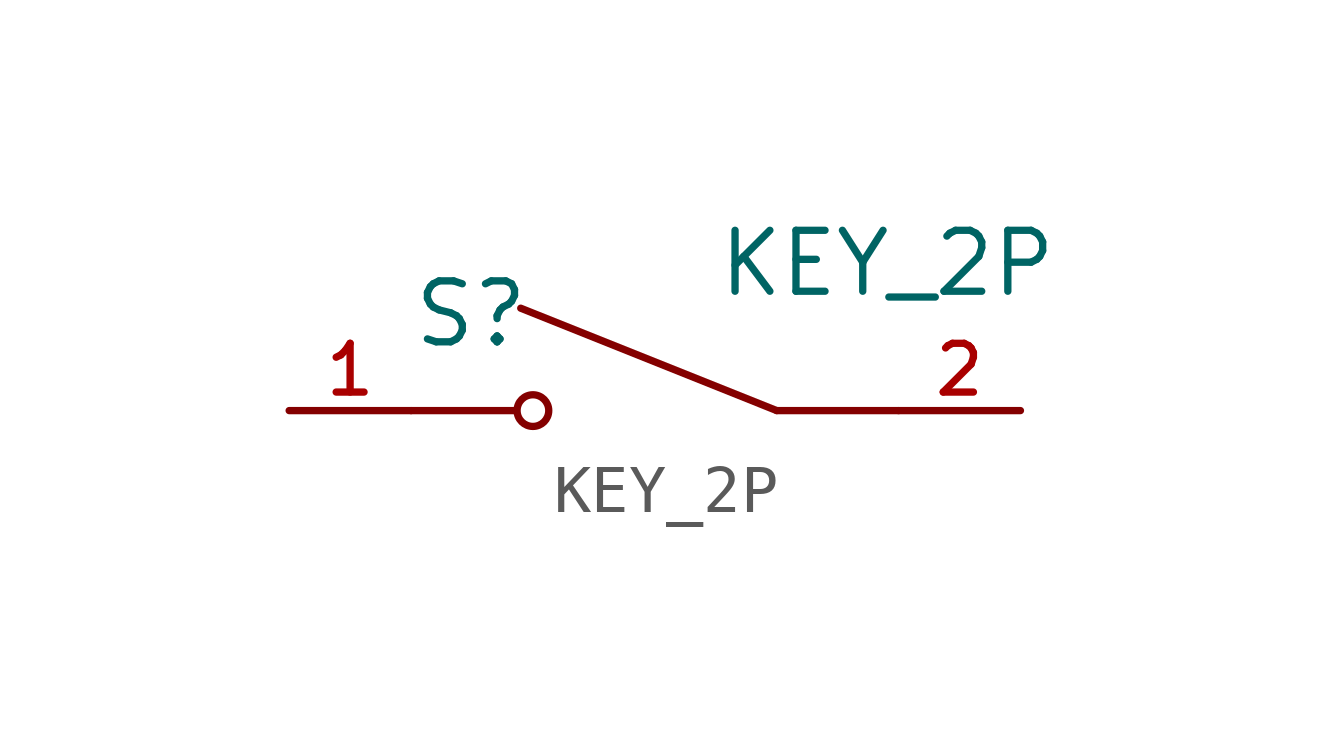
<source format=kicad_sym>
(kicad_symbol_lib
  (version 20211014)
  (generator kicad_symbol_editor)
  (symbol "KEY_2P"
    (pin_names
      (offset 1.016))
    (property "Reference" "S"
      (at -5.08 1.27 0)
      (effects (font (size 1.27 1.27)) (justify left bottom)))
    (property "Value" "KEY_2P"
      (at 1.27 3.81 0)
      (effects (font (size 1.27 1.27)) (justify left top)))
    (symbol "KEY_2P_0_0"
      (circle (center -2.54 0) (radius 0.33) (stroke (width 0.152) (type default) (color 0 0 0 0)) (fill (type none)))
      (polyline (pts (xy -5.08 0) (xy -2.921 0)) (stroke (width 0.152) (type default) (color 0 0 0 0)) (fill (type none)))
      (polyline (pts (xy 2.54 0) (xy -2.794 2.134)) (stroke (width 0.152) (type default) (color 0 0 0 0)) (fill (type none)))
      (polyline (pts (xy 2.54 0) (xy 5.08 0)) (stroke (width 0.152) (type default) (color 0 0 0 0)) (fill (type none)))
      (pin passive line (at -7.62 0 0) (length 2.54) (name "~" (effects (font (size 1.016 1.016)))) (number "1" (effects (font (size 1.016 1.016)))))
      (pin passive line (at 7.62 0 180) (length 2.54) (name "~" (effects (font (size 1.016 1.016)))) (number "2" (effects (font (size 1.016 1.016))))))))
</source>
